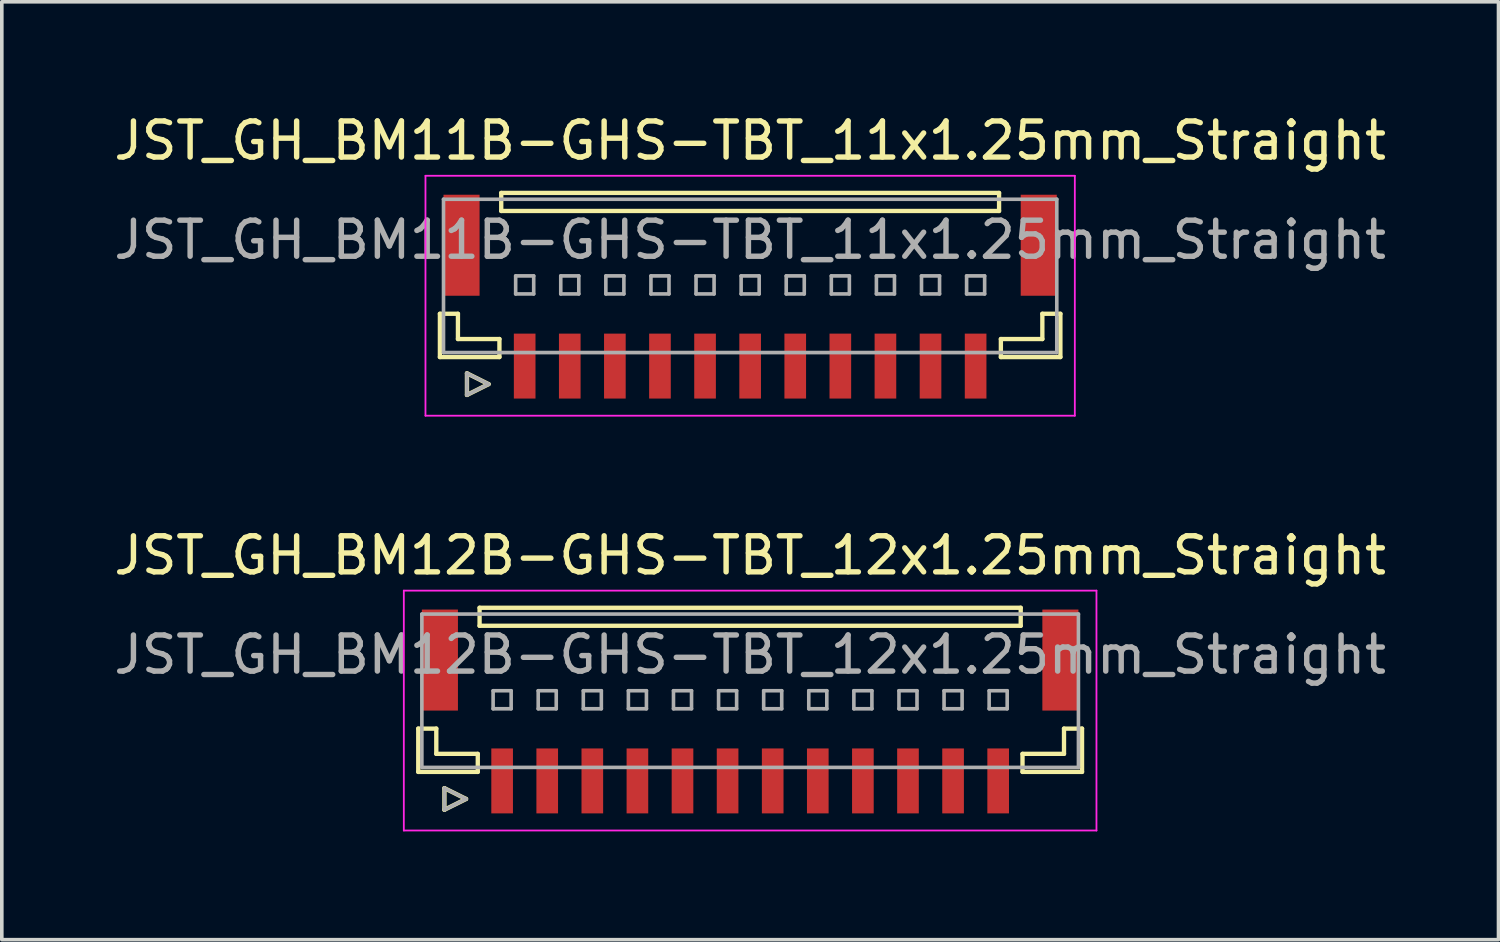
<source format=kicad_pcb>
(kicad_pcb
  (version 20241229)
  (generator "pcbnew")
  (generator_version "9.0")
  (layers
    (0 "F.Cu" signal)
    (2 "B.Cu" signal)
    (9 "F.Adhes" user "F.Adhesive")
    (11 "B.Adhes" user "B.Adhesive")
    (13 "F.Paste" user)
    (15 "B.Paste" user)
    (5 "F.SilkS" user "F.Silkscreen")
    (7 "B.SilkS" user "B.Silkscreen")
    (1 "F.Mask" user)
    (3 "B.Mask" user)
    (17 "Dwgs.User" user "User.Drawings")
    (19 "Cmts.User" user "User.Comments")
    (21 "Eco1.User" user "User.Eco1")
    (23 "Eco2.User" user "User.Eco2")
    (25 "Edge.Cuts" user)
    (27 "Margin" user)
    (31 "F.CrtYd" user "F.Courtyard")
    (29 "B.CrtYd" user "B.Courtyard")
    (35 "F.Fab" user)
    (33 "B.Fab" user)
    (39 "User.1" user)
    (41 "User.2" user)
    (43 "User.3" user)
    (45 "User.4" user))
  (footprint "JST_GH_BM11B-GHS-TBT_11x1.25mm_Straight"
    (layer "F.Cu")
    (at 17.744 5.423)
    (property "Reference" "JST_GH_BM11B-GHS-TBT_11x1.25mm_Straight" (at 0 -4.575 0) (layer "F.SilkS") (effects (font (size 1 1) (thickness 0.15))))
    (attr smd)
    (fp_line (start -8.6 0.225) (end -8.6 1.425) (stroke (width 0.12) (type solid)) (layer "F.SilkS"))
    (fp_line (start -8.6 1.425) (end -6.95 1.425) (stroke (width 0.12) (type solid)) (layer "F.SilkS"))
    (fp_line (start -8.1 0.225) (end -8.6 0.225) (stroke (width 0.12) (type solid)) (layer "F.SilkS"))
    (fp_line (start -8.1 0.925) (end -8.1 0.225) (stroke (width 0.12) (type solid)) (layer "F.SilkS"))
    (fp_line (start -7.85 1.875) (end -7.25 2.175) (stroke (width 0.12) (type solid)) (layer "F.SilkS"))
    (fp_line (start -7.85 2.475) (end -7.85 1.875) (stroke (width 0.12) (type solid)) (layer "F.SilkS"))
    (fp_line (start -7.25 2.175) (end -7.85 2.475) (stroke (width 0.12) (type solid)) (layer "F.SilkS"))
    (fp_line (start -6.95 0.925) (end -8.1 0.925) (stroke (width 0.12) (type solid)) (layer "F.SilkS"))
    (fp_line (start -6.95 1.425) (end -6.95 0.925) (stroke (width 0.12) (type solid)) (layer "F.SilkS"))
    (fp_line (start -6.9 -3.125) (end 6.9 -3.125) (stroke (width 0.12) (type solid)) (layer "F.SilkS"))
    (fp_line (start -6.9 -2.625) (end -6.9 -3.125) (stroke (width 0.12) (type solid)) (layer "F.SilkS"))
    (fp_line (start 6.9 -3.125) (end 6.9 -2.625) (stroke (width 0.12) (type solid)) (layer "F.SilkS"))
    (fp_line (start 6.9 -2.625) (end -6.9 -2.625) (stroke (width 0.12) (type solid)) (layer "F.SilkS"))
    (fp_line (start 6.95 0.925) (end 8.1 0.925) (stroke (width 0.12) (type solid)) (layer "F.SilkS"))
    (fp_line (start 6.95 1.425) (end 6.95 0.925) (stroke (width 0.12) (type solid)) (layer "F.SilkS"))
    (fp_line (start 8.1 0.225) (end 8.6 0.225) (stroke (width 0.12) (type solid)) (layer "F.SilkS"))
    (fp_line (start 8.1 0.925) (end 8.1 0.225) (stroke (width 0.12) (type solid)) (layer "F.SilkS"))
    (fp_line (start 8.6 0.225) (end 8.6 1.425) (stroke (width 0.12) (type solid)) (layer "F.SilkS"))
    (fp_line (start 8.6 1.425) (end 6.95 1.425) (stroke (width 0.12) (type solid)) (layer "F.SilkS"))
    (fp_line (start -9 -3.6) (end 9 -3.6) (stroke (width 0.05) (type solid)) (layer "F.CrtYd"))
    (fp_line (start -9 3.05) (end -9 -3.6) (stroke (width 0.05) (type solid)) (layer "F.CrtYd"))
    (fp_line (start 9 -3.6) (end 9 3.05) (stroke (width 0.05) (type solid)) (layer "F.CrtYd"))
    (fp_line (start 9 3.05) (end -9 3.05) (stroke (width 0.05) (type solid)) (layer "F.CrtYd"))
    (fp_line (start -8.5 -2.95) (end 8.5 -2.95) (stroke (width 0.1) (type solid)) (layer "F.Fab"))
    (fp_line (start -8.5 1.3) (end -8.5 -2.95) (stroke (width 0.1) (type solid)) (layer "F.Fab"))
    (fp_line (start -7.85 1.875) (end -7.25 2.175) (stroke (width 0.1) (type solid)) (layer "F.Fab"))
    (fp_line (start -7.85 2.475) (end -7.85 1.875) (stroke (width 0.1) (type solid)) (layer "F.Fab"))
    (fp_line (start -7.25 2.175) (end -7.85 2.475) (stroke (width 0.1) (type solid)) (layer "F.Fab"))
    (fp_line (start -6.5 -0.825) (end -6 -0.825) (stroke (width 0.1) (type solid)) (layer "F.Fab"))
    (fp_line (start -6.5 -0.325) (end -6.5 -0.825) (stroke (width 0.1) (type solid)) (layer "F.Fab"))
    (fp_line (start -6 -0.825) (end -6 -0.325) (stroke (width 0.1) (type solid)) (layer "F.Fab"))
    (fp_line (start -6 -0.325) (end -6.5 -0.325) (stroke (width 0.1) (type solid)) (layer "F.Fab"))
    (fp_line (start -5.25 -0.825) (end -4.75 -0.825) (stroke (width 0.1) (type solid)) (layer "F.Fab"))
    (fp_line (start -5.25 -0.325) (end -5.25 -0.825) (stroke (width 0.1) (type solid)) (layer "F.Fab"))
    (fp_line (start -4.75 -0.825) (end -4.75 -0.325) (stroke (width 0.1) (type solid)) (layer "F.Fab"))
    (fp_line (start -4.75 -0.325) (end -5.25 -0.325) (stroke (width 0.1) (type solid)) (layer "F.Fab"))
    (fp_line (start -4 -0.825) (end -3.5 -0.825) (stroke (width 0.1) (type solid)) (layer "F.Fab"))
    (fp_line (start -4 -0.325) (end -4 -0.825) (stroke (width 0.1) (type solid)) (layer "F.Fab"))
    (fp_line (start -3.5 -0.825) (end -3.5 -0.325) (stroke (width 0.1) (type solid)) (layer "F.Fab"))
    (fp_line (start -3.5 -0.325) (end -4 -0.325) (stroke (width 0.1) (type solid)) (layer "F.Fab"))
    (fp_line (start -2.75 -0.825) (end -2.25 -0.825) (stroke (width 0.1) (type solid)) (layer "F.Fab"))
    (fp_line (start -2.75 -0.325) (end -2.75 -0.825) (stroke (width 0.1) (type solid)) (layer "F.Fab"))
    (fp_line (start -2.25 -0.825) (end -2.25 -0.325) (stroke (width 0.1) (type solid)) (layer "F.Fab"))
    (fp_line (start -2.25 -0.325) (end -2.75 -0.325) (stroke (width 0.1) (type solid)) (layer "F.Fab"))
    (fp_line (start -1.5 -0.825) (end -1 -0.825) (stroke (width 0.1) (type solid)) (layer "F.Fab"))
    (fp_line (start -1.5 -0.325) (end -1.5 -0.825) (stroke (width 0.1) (type solid)) (layer "F.Fab"))
    (fp_line (start -1 -0.825) (end -1 -0.325) (stroke (width 0.1) (type solid)) (layer "F.Fab"))
    (fp_line (start -1 -0.325) (end -1.5 -0.325) (stroke (width 0.1) (type solid)) (layer "F.Fab"))
    (fp_line (start -0.25 -0.825) (end 0.25 -0.825) (stroke (width 0.1) (type solid)) (layer "F.Fab"))
    (fp_line (start -0.25 -0.325) (end -0.25 -0.825) (stroke (width 0.1) (type solid)) (layer "F.Fab"))
    (fp_line (start 0.25 -0.825) (end 0.25 -0.325) (stroke (width 0.1) (type solid)) (layer "F.Fab"))
    (fp_line (start 0.25 -0.325) (end -0.25 -0.325) (stroke (width 0.1) (type solid)) (layer "F.Fab"))
    (fp_line (start 1 -0.825) (end 1.5 -0.825) (stroke (width 0.1) (type solid)) (layer "F.Fab"))
    (fp_line (start 1 -0.325) (end 1 -0.825) (stroke (width 0.1) (type solid)) (layer "F.Fab"))
    (fp_line (start 1.5 -0.825) (end 1.5 -0.325) (stroke (width 0.1) (type solid)) (layer "F.Fab"))
    (fp_line (start 1.5 -0.325) (end 1 -0.325) (stroke (width 0.1) (type solid)) (layer "F.Fab"))
    (fp_line (start 2.25 -0.825) (end 2.75 -0.825) (stroke (width 0.1) (type solid)) (layer "F.Fab"))
    (fp_line (start 2.25 -0.325) (end 2.25 -0.825) (stroke (width 0.1) (type solid)) (layer "F.Fab"))
    (fp_line (start 2.75 -0.825) (end 2.75 -0.325) (stroke (width 0.1) (type solid)) (layer "F.Fab"))
    (fp_line (start 2.75 -0.325) (end 2.25 -0.325) (stroke (width 0.1) (type solid)) (layer "F.Fab"))
    (fp_line (start 3.5 -0.825) (end 4 -0.825) (stroke (width 0.1) (type solid)) (layer "F.Fab"))
    (fp_line (start 3.5 -0.325) (end 3.5 -0.825) (stroke (width 0.1) (type solid)) (layer "F.Fab"))
    (fp_line (start 4 -0.825) (end 4 -0.325) (stroke (width 0.1) (type solid)) (layer "F.Fab"))
    (fp_line (start 4 -0.325) (end 3.5 -0.325) (stroke (width 0.1) (type solid)) (layer "F.Fab"))
    (fp_line (start 4.75 -0.825) (end 5.25 -0.825) (stroke (width 0.1) (type solid)) (layer "F.Fab"))
    (fp_line (start 4.75 -0.325) (end 4.75 -0.825) (stroke (width 0.1) (type solid)) (layer "F.Fab"))
    (fp_line (start 5.25 -0.825) (end 5.25 -0.325) (stroke (width 0.1) (type solid)) (layer "F.Fab"))
    (fp_line (start 5.25 -0.325) (end 4.75 -0.325) (stroke (width 0.1) (type solid)) (layer "F.Fab"))
    (fp_line (start 6 -0.825) (end 6.5 -0.825) (stroke (width 0.1) (type solid)) (layer "F.Fab"))
    (fp_line (start 6 -0.325) (end 6 -0.825) (stroke (width 0.1) (type solid)) (layer "F.Fab"))
    (fp_line (start 6.5 -0.825) (end 6.5 -0.325) (stroke (width 0.1) (type solid)) (layer "F.Fab"))
    (fp_line (start 6.5 -0.325) (end 6 -0.325) (stroke (width 0.1) (type solid)) (layer "F.Fab"))
    (fp_line (start 8.5 -2.95) (end 8.5 1.3) (stroke (width 0.1) (type solid)) (layer "F.Fab"))
    (fp_line (start 8.5 1.3) (end -8.5 1.3) (stroke (width 0.1) (type solid)) (layer "F.Fab"))
    (fp_text user "${REFERENCE}" (at 0 -1.825 0) (layer "F.Fab") (effects (font (size 1 1) (thickness 0.15))))
    (pad "" smd rect (at -8 -1.675) (size 1 2.8) (layers "F.Cu" "F.Mask" "F.Paste"))
    (pad "" smd rect (at 8 -1.675) (size 1 2.8) (layers "F.Cu" "F.Mask" "F.Paste"))
    (pad "1" smd rect (at -6.25 1.675) (size 0.6 1.8) (layers "F.Cu" "F.Mask" "F.Paste"))
    (pad "2" smd rect (at -5 1.675) (size 0.6 1.8) (layers "F.Cu" "F.Mask" "F.Paste"))
    (pad "3" smd rect (at -3.75 1.675) (size 0.6 1.8) (layers "F.Cu" "F.Mask" "F.Paste"))
    (pad "4" smd rect (at -2.5 1.675) (size 0.6 1.8) (layers "F.Cu" "F.Mask" "F.Paste"))
    (pad "5" smd rect (at -1.25 1.675) (size 0.6 1.8) (layers "F.Cu" "F.Mask" "F.Paste"))
    (pad "6" smd rect (at 0 1.675) (size 0.6 1.8) (layers "F.Cu" "F.Mask" "F.Paste"))
    (pad "7" smd rect (at 1.25 1.675) (size 0.6 1.8) (layers "F.Cu" "F.Mask" "F.Paste"))
    (pad "8" smd rect (at 2.5 1.675) (size 0.6 1.8) (layers "F.Cu" "F.Mask" "F.Paste"))
    (pad "9" smd rect (at 3.75 1.675) (size 0.6 1.8) (layers "F.Cu" "F.Mask" "F.Paste"))
    (pad "10" smd rect (at 5 1.675) (size 0.6 1.8) (layers "F.Cu" "F.Mask" "F.Paste"))
    (pad "11" smd rect (at 6.25 1.675) (size 0.6 1.8) (layers "F.Cu" "F.Mask" "F.Paste")))
  (footprint "JST_GH_BM12B-GHS-TBT_12x1.25mm_Straight"
    (layer "F.Cu")
    (at 17.744 16.922)
    (property "Reference" "JST_GH_BM12B-GHS-TBT_12x1.25mm_Straight" (at 0 -4.575 0) (layer "F.SilkS") (effects (font (size 1 1) (thickness 0.15))))
    (attr smd)
    (fp_line (start -9.2 0.225) (end -9.2 1.425) (stroke (width 0.12) (type solid)) (layer "F.SilkS"))
    (fp_line (start -9.2 1.425) (end -7.55 1.425) (stroke (width 0.12) (type solid)) (layer "F.SilkS"))
    (fp_line (start -8.7 0.225) (end -9.2 0.225) (stroke (width 0.12) (type solid)) (layer "F.SilkS"))
    (fp_line (start -8.7 0.925) (end -8.7 0.225) (stroke (width 0.12) (type solid)) (layer "F.SilkS"))
    (fp_line (start -8.475 1.875) (end -7.875 2.175) (stroke (width 0.12) (type solid)) (layer "F.SilkS"))
    (fp_line (start -8.475 2.475) (end -8.475 1.875) (stroke (width 0.12) (type solid)) (layer "F.SilkS"))
    (fp_line (start -7.875 2.175) (end -8.475 2.475) (stroke (width 0.12) (type solid)) (layer "F.SilkS"))
    (fp_line (start -7.55 0.925) (end -8.7 0.925) (stroke (width 0.12) (type solid)) (layer "F.SilkS"))
    (fp_line (start -7.55 1.425) (end -7.55 0.925) (stroke (width 0.12) (type solid)) (layer "F.SilkS"))
    (fp_line (start -7.5 -3.125) (end 7.5 -3.125) (stroke (width 0.12) (type solid)) (layer "F.SilkS"))
    (fp_line (start -7.5 -2.625) (end -7.5 -3.125) (stroke (width 0.12) (type solid)) (layer "F.SilkS"))
    (fp_line (start 7.5 -3.125) (end 7.5 -2.625) (stroke (width 0.12) (type solid)) (layer "F.SilkS"))
    (fp_line (start 7.5 -2.625) (end -7.5 -2.625) (stroke (width 0.12) (type solid)) (layer "F.SilkS"))
    (fp_line (start 7.55 0.925) (end 8.7 0.925) (stroke (width 0.12) (type solid)) (layer "F.SilkS"))
    (fp_line (start 7.55 1.425) (end 7.55 0.925) (stroke (width 0.12) (type solid)) (layer "F.SilkS"))
    (fp_line (start 8.7 0.225) (end 9.2 0.225) (stroke (width 0.12) (type solid)) (layer "F.SilkS"))
    (fp_line (start 8.7 0.925) (end 8.7 0.225) (stroke (width 0.12) (type solid)) (layer "F.SilkS"))
    (fp_line (start 9.2 0.225) (end 9.2 1.425) (stroke (width 0.12) (type solid)) (layer "F.SilkS"))
    (fp_line (start 9.2 1.425) (end 7.55 1.425) (stroke (width 0.12) (type solid)) (layer "F.SilkS"))
    (fp_line (start -9.6 -3.6) (end 9.6 -3.6) (stroke (width 0.05) (type solid)) (layer "F.CrtYd"))
    (fp_line (start -9.6 3.05) (end -9.6 -3.6) (stroke (width 0.05) (type solid)) (layer "F.CrtYd"))
    (fp_line (start 9.6 -3.6) (end 9.6 3.05) (stroke (width 0.05) (type solid)) (layer "F.CrtYd"))
    (fp_line (start 9.6 3.05) (end -9.6 3.05) (stroke (width 0.05) (type solid)) (layer "F.CrtYd"))
    (fp_line (start -9.1 -2.95) (end 9.1 -2.95) (stroke (width 0.1) (type solid)) (layer "F.Fab"))
    (fp_line (start -9.1 1.3) (end -9.1 -2.95) (stroke (width 0.1) (type solid)) (layer "F.Fab"))
    (fp_line (start -8.475 1.875) (end -7.875 2.175) (stroke (width 0.1) (type solid)) (layer "F.Fab"))
    (fp_line (start -8.475 2.475) (end -8.475 1.875) (stroke (width 0.1) (type solid)) (layer "F.Fab"))
    (fp_line (start -7.875 2.175) (end -8.475 2.475) (stroke (width 0.1) (type solid)) (layer "F.Fab"))
    (fp_line (start -7.125 -0.825) (end -6.625 -0.825) (stroke (width 0.1) (type solid)) (layer "F.Fab"))
    (fp_line (start -7.125 -0.325) (end -7.125 -0.825) (stroke (width 0.1) (type solid)) (layer "F.Fab"))
    (fp_line (start -6.625 -0.825) (end -6.625 -0.325) (stroke (width 0.1) (type solid)) (layer "F.Fab"))
    (fp_line (start -6.625 -0.325) (end -7.125 -0.325) (stroke (width 0.1) (type solid)) (layer "F.Fab"))
    (fp_line (start -5.875 -0.825) (end -5.375 -0.825) (stroke (width 0.1) (type solid)) (layer "F.Fab"))
    (fp_line (start -5.875 -0.325) (end -5.875 -0.825) (stroke (width 0.1) (type solid)) (layer "F.Fab"))
    (fp_line (start -5.375 -0.825) (end -5.375 -0.325) (stroke (width 0.1) (type solid)) (layer "F.Fab"))
    (fp_line (start -5.375 -0.325) (end -5.875 -0.325) (stroke (width 0.1) (type solid)) (layer "F.Fab"))
    (fp_line (start -4.625 -0.825) (end -4.125 -0.825) (stroke (width 0.1) (type solid)) (layer "F.Fab"))
    (fp_line (start -4.625 -0.325) (end -4.625 -0.825) (stroke (width 0.1) (type solid)) (layer "F.Fab"))
    (fp_line (start -4.125 -0.825) (end -4.125 -0.325) (stroke (width 0.1) (type solid)) (layer "F.Fab"))
    (fp_line (start -4.125 -0.325) (end -4.625 -0.325) (stroke (width 0.1) (type solid)) (layer "F.Fab"))
    (fp_line (start -3.375 -0.825) (end -2.875 -0.825) (stroke (width 0.1) (type solid)) (layer "F.Fab"))
    (fp_line (start -3.375 -0.325) (end -3.375 -0.825) (stroke (width 0.1) (type solid)) (layer "F.Fab"))
    (fp_line (start -2.875 -0.825) (end -2.875 -0.325) (stroke (width 0.1) (type solid)) (layer "F.Fab"))
    (fp_line (start -2.875 -0.325) (end -3.375 -0.325) (stroke (width 0.1) (type solid)) (layer "F.Fab"))
    (fp_line (start -2.125 -0.825) (end -1.625 -0.825) (stroke (width 0.1) (type solid)) (layer "F.Fab"))
    (fp_line (start -2.125 -0.325) (end -2.125 -0.825) (stroke (width 0.1) (type solid)) (layer "F.Fab"))
    (fp_line (start -1.625 -0.825) (end -1.625 -0.325) (stroke (width 0.1) (type solid)) (layer "F.Fab"))
    (fp_line (start -1.625 -0.325) (end -2.125 -0.325) (stroke (width 0.1) (type solid)) (layer "F.Fab"))
    (fp_line (start -0.875 -0.825) (end -0.375 -0.825) (stroke (width 0.1) (type solid)) (layer "F.Fab"))
    (fp_line (start -0.875 -0.325) (end -0.875 -0.825) (stroke (width 0.1) (type solid)) (layer "F.Fab"))
    (fp_line (start -0.375 -0.825) (end -0.375 -0.325) (stroke (width 0.1) (type solid)) (layer "F.Fab"))
    (fp_line (start -0.375 -0.325) (end -0.875 -0.325) (stroke (width 0.1) (type solid)) (layer "F.Fab"))
    (fp_line (start 0.375 -0.825) (end 0.875 -0.825) (stroke (width 0.1) (type solid)) (layer "F.Fab"))
    (fp_line (start 0.375 -0.325) (end 0.375 -0.825) (stroke (width 0.1) (type solid)) (layer "F.Fab"))
    (fp_line (start 0.875 -0.825) (end 0.875 -0.325) (stroke (width 0.1) (type solid)) (layer "F.Fab"))
    (fp_line (start 0.875 -0.325) (end 0.375 -0.325) (stroke (width 0.1) (type solid)) (layer "F.Fab"))
    (fp_line (start 1.625 -0.825) (end 2.125 -0.825) (stroke (width 0.1) (type solid)) (layer "F.Fab"))
    (fp_line (start 1.625 -0.325) (end 1.625 -0.825) (stroke (width 0.1) (type solid)) (layer "F.Fab"))
    (fp_line (start 2.125 -0.825) (end 2.125 -0.325) (stroke (width 0.1) (type solid)) (layer "F.Fab"))
    (fp_line (start 2.125 -0.325) (end 1.625 -0.325) (stroke (width 0.1) (type solid)) (layer "F.Fab"))
    (fp_line (start 2.875 -0.825) (end 3.375 -0.825) (stroke (width 0.1) (type solid)) (layer "F.Fab"))
    (fp_line (start 2.875 -0.325) (end 2.875 -0.825) (stroke (width 0.1) (type solid)) (layer "F.Fab"))
    (fp_line (start 3.375 -0.825) (end 3.375 -0.325) (stroke (width 0.1) (type solid)) (layer "F.Fab"))
    (fp_line (start 3.375 -0.325) (end 2.875 -0.325) (stroke (width 0.1) (type solid)) (layer "F.Fab"))
    (fp_line (start 4.125 -0.825) (end 4.625 -0.825) (stroke (width 0.1) (type solid)) (layer "F.Fab"))
    (fp_line (start 4.125 -0.325) (end 4.125 -0.825) (stroke (width 0.1) (type solid)) (layer "F.Fab"))
    (fp_line (start 4.625 -0.825) (end 4.625 -0.325) (stroke (width 0.1) (type solid)) (layer "F.Fab"))
    (fp_line (start 4.625 -0.325) (end 4.125 -0.325) (stroke (width 0.1) (type solid)) (layer "F.Fab"))
    (fp_line (start 5.375 -0.825) (end 5.875 -0.825) (stroke (width 0.1) (type solid)) (layer "F.Fab"))
    (fp_line (start 5.375 -0.325) (end 5.375 -0.825) (stroke (width 0.1) (type solid)) (layer "F.Fab"))
    (fp_line (start 5.875 -0.825) (end 5.875 -0.325) (stroke (width 0.1) (type solid)) (layer "F.Fab"))
    (fp_line (start 5.875 -0.325) (end 5.375 -0.325) (stroke (width 0.1) (type solid)) (layer "F.Fab"))
    (fp_line (start 6.625 -0.825) (end 7.125 -0.825) (stroke (width 0.1) (type solid)) (layer "F.Fab"))
    (fp_line (start 6.625 -0.325) (end 6.625 -0.825) (stroke (width 0.1) (type solid)) (layer "F.Fab"))
    (fp_line (start 7.125 -0.825) (end 7.125 -0.325) (stroke (width 0.1) (type solid)) (layer "F.Fab"))
    (fp_line (start 7.125 -0.325) (end 6.625 -0.325) (stroke (width 0.1) (type solid)) (layer "F.Fab"))
    (fp_line (start 9.1 -2.95) (end 9.1 1.3) (stroke (width 0.1) (type solid)) (layer "F.Fab"))
    (fp_line (start 9.1 1.3) (end -9.1 1.3) (stroke (width 0.1) (type solid)) (layer "F.Fab"))
    (fp_text user "${REFERENCE}" (at 0 -1.825 0) (layer "F.Fab") (effects (font (size 1 1) (thickness 0.15))))
    (pad "" smd rect (at -8.6 -1.675) (size 1 2.8) (layers "F.Cu" "F.Mask" "F.Paste"))
    (pad "" smd rect (at 8.6 -1.675) (size 1 2.8) (layers "F.Cu" "F.Mask" "F.Paste"))
    (pad "1" smd rect (at -6.875 1.675) (size 0.6 1.8) (layers "F.Cu" "F.Mask" "F.Paste"))
    (pad "2" smd rect (at -5.625 1.675) (size 0.6 1.8) (layers "F.Cu" "F.Mask" "F.Paste"))
    (pad "3" smd rect (at -4.375 1.675) (size 0.6 1.8) (layers "F.Cu" "F.Mask" "F.Paste"))
    (pad "4" smd rect (at -3.125 1.675) (size 0.6 1.8) (layers "F.Cu" "F.Mask" "F.Paste"))
    (pad "5" smd rect (at -1.875 1.675) (size 0.6 1.8) (layers "F.Cu" "F.Mask" "F.Paste"))
    (pad "6" smd rect (at -0.625 1.675) (size 0.6 1.8) (layers "F.Cu" "F.Mask" "F.Paste"))
    (pad "7" smd rect (at 0.625 1.675) (size 0.6 1.8) (layers "F.Cu" "F.Mask" "F.Paste"))
    (pad "8" smd rect (at 1.875 1.675) (size 0.6 1.8) (layers "F.Cu" "F.Mask" "F.Paste"))
    (pad "9" smd rect (at 3.125 1.675) (size 0.6 1.8) (layers "F.Cu" "F.Mask" "F.Paste"))
    (pad "10" smd rect (at 4.375 1.675) (size 0.6 1.8) (layers "F.Cu" "F.Mask" "F.Paste"))
    (pad "11" smd rect (at 5.625 1.675) (size 0.6 1.8) (layers "F.Cu" "F.Mask" "F.Paste"))
    (pad "12" smd rect (at 6.875 1.675) (size 0.6 1.8) (layers "F.Cu" "F.Mask" "F.Paste")))
  (gr_rect
    (start -3 -3)
    (end 38.488 22.997)
    (stroke (width 0.1) (type default))
    (fill no)
    (layer "Edge.Cuts")))
</source>
